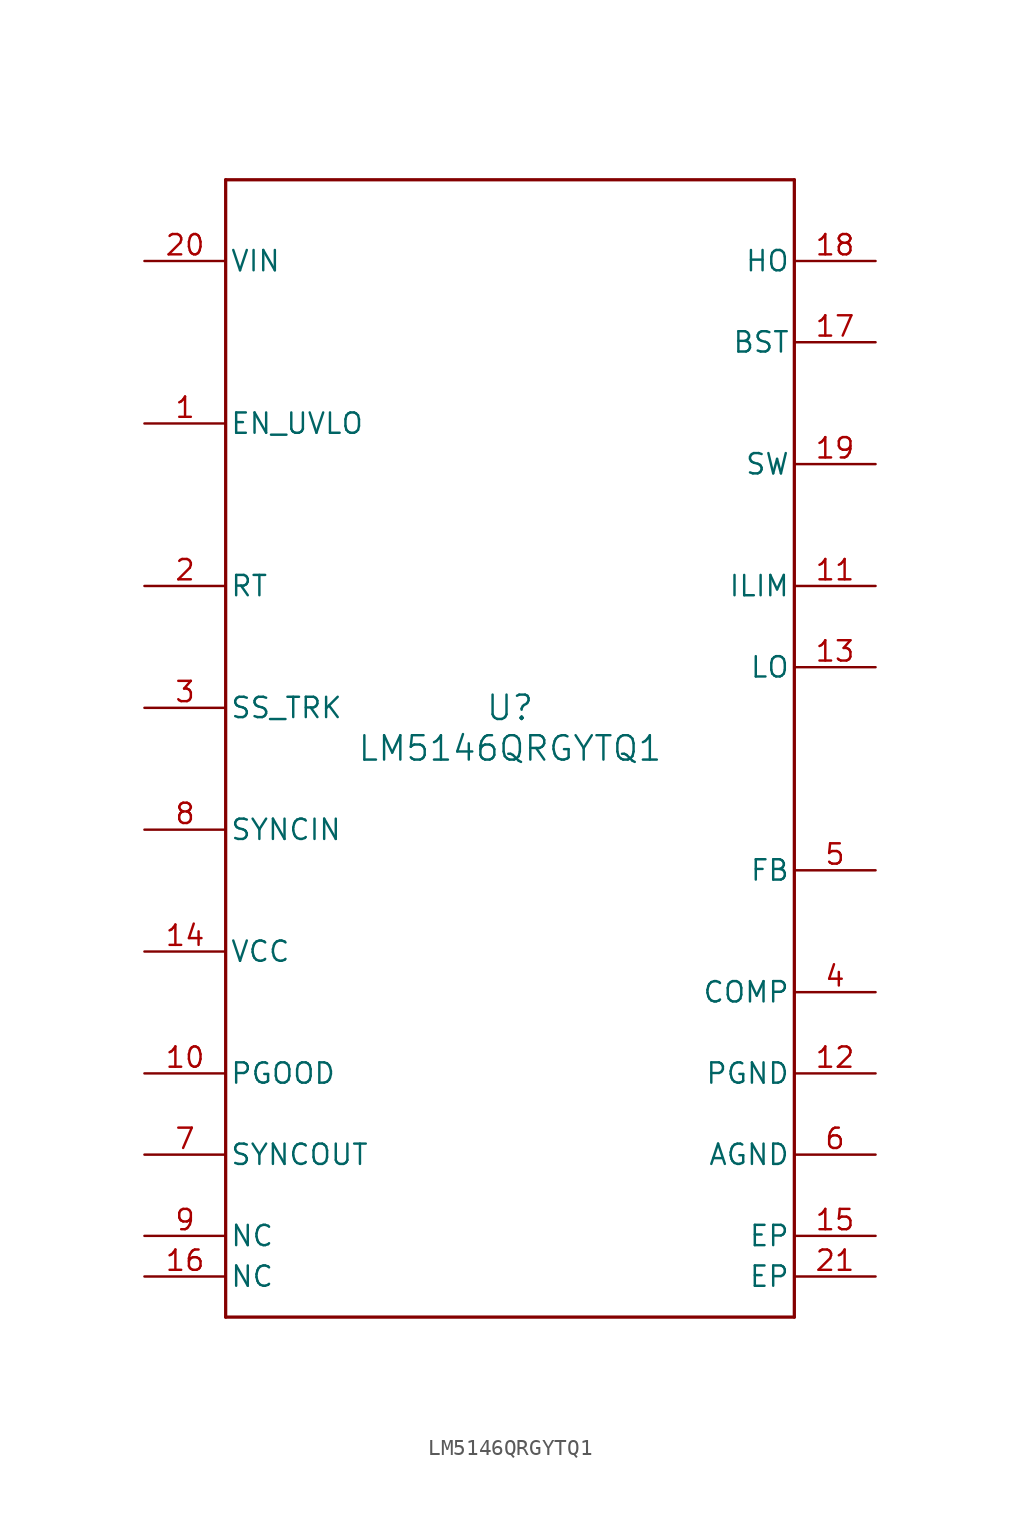
<source format=kicad_sym>
(kicad_symbol_lib
  (version 20211014)
  (generator kicad_symbol_editor)
  (symbol "LM5146QRGYTQ1"
    (pin_names
      (offset 0.254))
    (property "Reference" "U"
      (at 0 2.54 0)
      (effects (font (size 1.524 1.524))))
    (property "Value" "LM5146QRGYTQ1"
      (at 0 0 0)
      (effects (font (size 1.524 1.524))))
    (symbol "LM5146QRGYTQ1_0_1"
      (polyline (pts (xy -17.78 -35.56) (xy 17.78 -35.56)) (stroke (width 0.203) (type default) (color 0 0 0 0)) (fill (type none)))
      (polyline (pts (xy 17.78 -35.56) (xy 17.78 35.56)) (stroke (width 0.203) (type default) (color 0 0 0 0)) (fill (type none)))
      (polyline (pts (xy 17.78 35.56) (xy -17.78 35.56)) (stroke (width 0.203) (type default) (color 0 0 0 0)) (fill (type none)))
      (polyline (pts (xy -17.78 35.56) (xy -17.78 -35.56)) (stroke (width 0.203) (type default) (color 0 0 0 0)) (fill (type none)))
      (pin input line (at -22.86 20.32 0) (length 5.08) (name "EN_UVLO" (effects (font (size 1.27 1.27)))) (number "1" (effects (font (size 1.27 1.27)))))
      (pin input line (at -22.86 10.16 0) (length 5.08) (name "RT" (effects (font (size 1.27 1.27)))) (number "2" (effects (font (size 1.27 1.27)))))
      (pin input line (at -22.86 2.54 0) (length 5.08) (name "SS_TRK" (effects (font (size 1.27 1.27)))) (number "3" (effects (font (size 1.27 1.27)))))
      (pin unspecified line (at 22.86 -15.24 180) (length 5.08) (name "COMP" (effects (font (size 1.27 1.27)))) (number "4" (effects (font (size 1.27 1.27)))))
      (pin input line (at 22.86 -7.62 180) (length 5.08) (name "FB" (effects (font (size 1.27 1.27)))) (number "5" (effects (font (size 1.27 1.27)))))
      (pin power_in line (at 22.86 -25.4 180) (length 5.08) (name "AGND" (effects (font (size 1.27 1.27)))) (number "6" (effects (font (size 1.27 1.27)))))
      (pin output line (at -22.86 -25.4 0) (length 5.08) (name "SYNCOUT" (effects (font (size 1.27 1.27)))) (number "7" (effects (font (size 1.27 1.27)))))
      (pin input line (at -22.86 -5.08 0) (length 5.08) (name "SYNCIN" (effects (font (size 1.27 1.27)))) (number "8" (effects (font (size 1.27 1.27)))))
      (pin unspecified line (at -22.86 -30.48 0) (length 5.08) (name "NC" (effects (font (size 1.27 1.27)))) (number "9" (effects (font (size 1.27 1.27)))))
      (pin open_collector line (at -22.86 -20.32 0) (length 5.08) (name "PGOOD" (effects (font (size 1.27 1.27)))) (number "10" (effects (font (size 1.27 1.27)))))
      (pin input line (at 22.86 10.16 180) (length 5.08) (name "ILIM" (effects (font (size 1.27 1.27)))) (number "11" (effects (font (size 1.27 1.27)))))
      (pin power_in line (at 22.86 -20.32 180) (length 5.08) (name "PGND" (effects (font (size 1.27 1.27)))) (number "12" (effects (font (size 1.27 1.27)))))
      (pin output line (at 22.86 5.08 180) (length 5.08) (name "LO" (effects (font (size 1.27 1.27)))) (number "13" (effects (font (size 1.27 1.27)))))
      (pin power_in line (at -22.86 -12.7 0) (length 5.08) (name "VCC" (effects (font (size 1.27 1.27)))) (number "14" (effects (font (size 1.27 1.27)))))
      (pin power_in line (at 22.86 -30.48 180) (length 5.08) (name "EP" (effects (font (size 1.27 1.27)))) (number "15" (effects (font (size 1.27 1.27)))))
      (pin unspecified line (at -22.86 -33.02 0) (length 5.08) (name "NC" (effects (font (size 1.27 1.27)))) (number "16" (effects (font (size 1.27 1.27)))))
      (pin unspecified line (at 22.86 25.4 180) (length 5.08) (name "BST" (effects (font (size 1.27 1.27)))) (number "17" (effects (font (size 1.27 1.27)))))
      (pin output line (at 22.86 30.48 180) (length 5.08) (name "HO" (effects (font (size 1.27 1.27)))) (number "18" (effects (font (size 1.27 1.27)))))
      (pin power_in line (at 22.86 17.78 180) (length 5.08) (name "SW" (effects (font (size 1.27 1.27)))) (number "19" (effects (font (size 1.27 1.27)))))
      (pin power_in line (at -22.86 30.48 0) (length 5.08) (name "VIN" (effects (font (size 1.27 1.27)))) (number "20" (effects (font (size 1.27 1.27)))))
      (pin power_in line (at 22.86 -33.02 180) (length 5.08) (name "EP" (effects (font (size 1.27 1.27)))) (number "21" (effects (font (size 1.27 1.27))))))))
</source>
